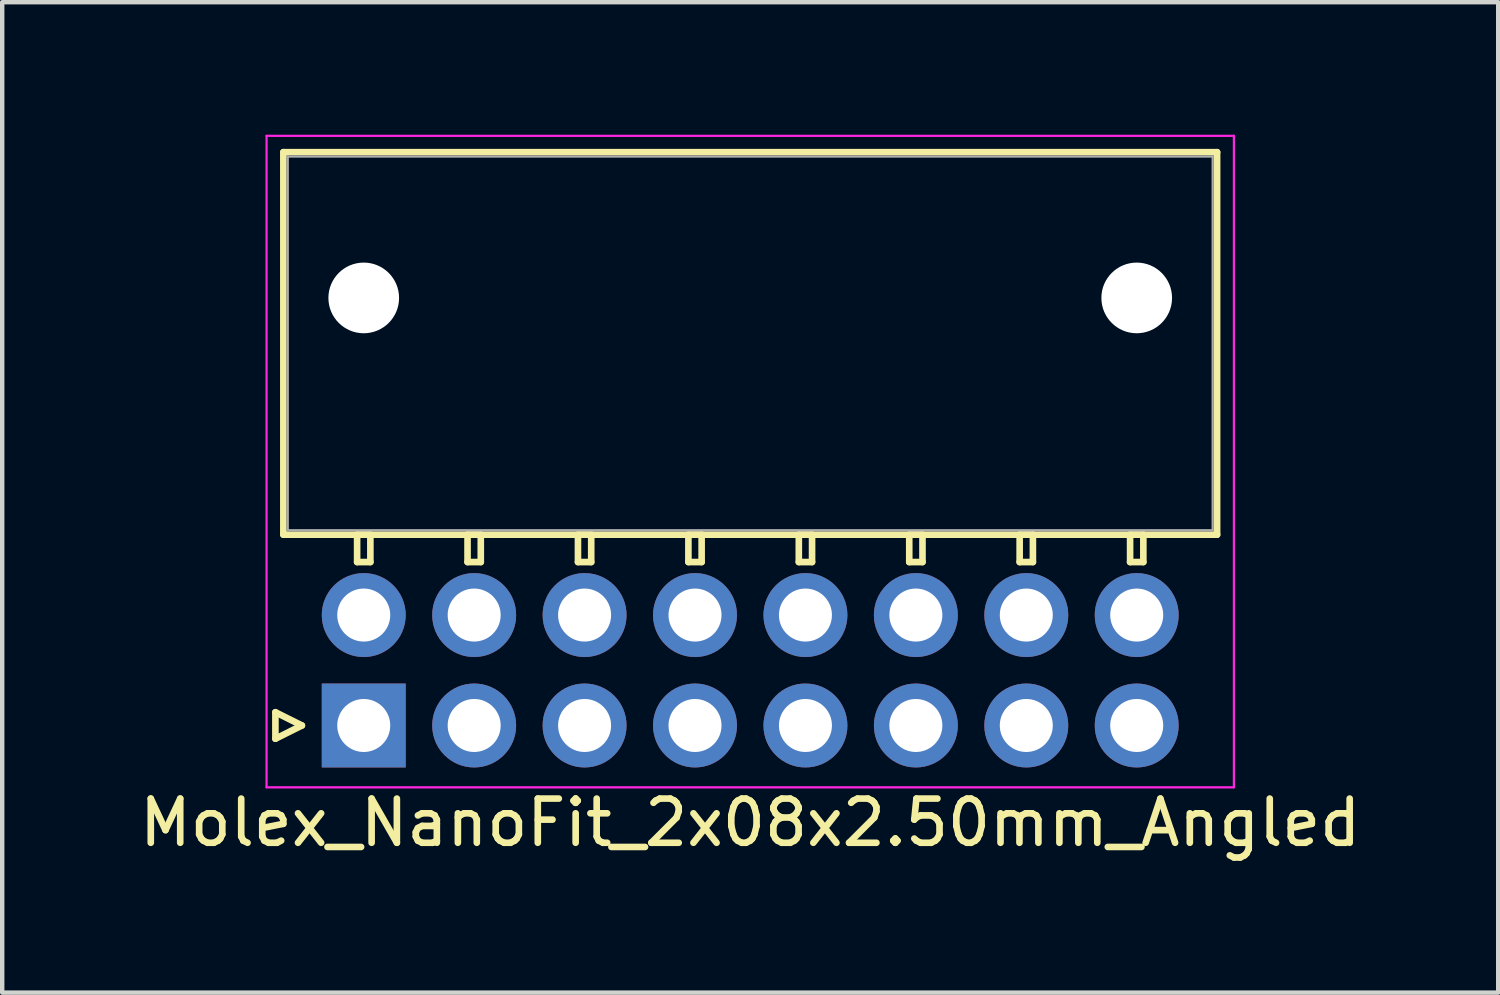
<source format=kicad_pcb>
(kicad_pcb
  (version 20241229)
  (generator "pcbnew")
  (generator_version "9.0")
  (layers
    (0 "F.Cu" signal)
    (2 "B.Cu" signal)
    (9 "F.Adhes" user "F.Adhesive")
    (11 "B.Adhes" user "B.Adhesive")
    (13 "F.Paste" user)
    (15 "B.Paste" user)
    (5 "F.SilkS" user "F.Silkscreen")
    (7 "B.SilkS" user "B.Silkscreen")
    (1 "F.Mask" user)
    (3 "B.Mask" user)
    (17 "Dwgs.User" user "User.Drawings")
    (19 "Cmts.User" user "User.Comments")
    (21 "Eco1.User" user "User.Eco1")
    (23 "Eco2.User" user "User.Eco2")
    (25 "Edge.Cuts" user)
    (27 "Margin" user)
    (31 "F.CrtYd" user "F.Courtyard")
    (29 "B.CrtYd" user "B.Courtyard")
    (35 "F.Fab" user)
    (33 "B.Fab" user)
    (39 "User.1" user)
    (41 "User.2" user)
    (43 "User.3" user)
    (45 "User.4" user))
  (footprint "Molex_NanoFit_2x08x2.50mm_Angled"
    (layer "F.Cu")
    (at 5.185 13.375)
    (property "Reference" "Molex_NanoFit_2x08x2.50mm_Angled" (at 8.75 2.2 0) (layer "F.SilkS") (effects (font (size 1 1) (thickness 0.15))))
    (attr through_hole)
    (fp_line (start -2 -0.3) (end -1.4 0) (stroke (width 0.15) (type solid)) (layer "F.SilkS"))
    (fp_line (start -2 0.3) (end -2 -0.3) (stroke (width 0.15) (type solid)) (layer "F.SilkS"))
    (fp_line (start -1.82 -12.98) (end -1.82 -4.32) (stroke (width 0.15) (type solid)) (layer "F.SilkS"))
    (fp_line (start -1.82 -4.32) (end 19.32 -4.32) (stroke (width 0.15) (type solid)) (layer "F.SilkS"))
    (fp_line (start -1.4 0) (end -2 0.3) (stroke (width 0.15) (type solid)) (layer "F.SilkS"))
    (fp_line (start -0.15 -4.32) (end -0.15 -3.7) (stroke (width 0.15) (type solid)) (layer "F.SilkS"))
    (fp_line (start -0.15 -3.7) (end 0.15 -3.7) (stroke (width 0.15) (type solid)) (layer "F.SilkS"))
    (fp_line (start 0.15 -4.32) (end -0.15 -4.32) (stroke (width 0.15) (type solid)) (layer "F.SilkS"))
    (fp_line (start 0.15 -3.7) (end 0.15 -4.32) (stroke (width 0.15) (type solid)) (layer "F.SilkS"))
    (fp_line (start 2.35 -4.32) (end 2.35 -3.7) (stroke (width 0.15) (type solid)) (layer "F.SilkS"))
    (fp_line (start 2.35 -3.7) (end 2.65 -3.7) (stroke (width 0.15) (type solid)) (layer "F.SilkS"))
    (fp_line (start 2.65 -4.32) (end 2.35 -4.32) (stroke (width 0.15) (type solid)) (layer "F.SilkS"))
    (fp_line (start 2.65 -3.7) (end 2.65 -4.32) (stroke (width 0.15) (type solid)) (layer "F.SilkS"))
    (fp_line (start 4.85 -4.32) (end 4.85 -3.7) (stroke (width 0.15) (type solid)) (layer "F.SilkS"))
    (fp_line (start 4.85 -3.7) (end 5.15 -3.7) (stroke (width 0.15) (type solid)) (layer "F.SilkS"))
    (fp_line (start 5.15 -4.32) (end 4.85 -4.32) (stroke (width 0.15) (type solid)) (layer "F.SilkS"))
    (fp_line (start 5.15 -3.7) (end 5.15 -4.32) (stroke (width 0.15) (type solid)) (layer "F.SilkS"))
    (fp_line (start 7.35 -4.32) (end 7.35 -3.7) (stroke (width 0.15) (type solid)) (layer "F.SilkS"))
    (fp_line (start 7.35 -3.7) (end 7.65 -3.7) (stroke (width 0.15) (type solid)) (layer "F.SilkS"))
    (fp_line (start 7.65 -4.32) (end 7.35 -4.32) (stroke (width 0.15) (type solid)) (layer "F.SilkS"))
    (fp_line (start 7.65 -3.7) (end 7.65 -4.32) (stroke (width 0.15) (type solid)) (layer "F.SilkS"))
    (fp_line (start 9.85 -4.32) (end 9.85 -3.7) (stroke (width 0.15) (type solid)) (layer "F.SilkS"))
    (fp_line (start 9.85 -3.7) (end 10.15 -3.7) (stroke (width 0.15) (type solid)) (layer "F.SilkS"))
    (fp_line (start 10.15 -4.32) (end 9.85 -4.32) (stroke (width 0.15) (type solid)) (layer "F.SilkS"))
    (fp_line (start 10.15 -3.7) (end 10.15 -4.32) (stroke (width 0.15) (type solid)) (layer "F.SilkS"))
    (fp_line (start 12.35 -4.32) (end 12.35 -3.7) (stroke (width 0.15) (type solid)) (layer "F.SilkS"))
    (fp_line (start 12.35 -3.7) (end 12.65 -3.7) (stroke (width 0.15) (type solid)) (layer "F.SilkS"))
    (fp_line (start 12.65 -4.32) (end 12.35 -4.32) (stroke (width 0.15) (type solid)) (layer "F.SilkS"))
    (fp_line (start 12.65 -3.7) (end 12.65 -4.32) (stroke (width 0.15) (type solid)) (layer "F.SilkS"))
    (fp_line (start 14.85 -4.32) (end 14.85 -3.7) (stroke (width 0.15) (type solid)) (layer "F.SilkS"))
    (fp_line (start 14.85 -3.7) (end 15.15 -3.7) (stroke (width 0.15) (type solid)) (layer "F.SilkS"))
    (fp_line (start 15.15 -4.32) (end 14.85 -4.32) (stroke (width 0.15) (type solid)) (layer "F.SilkS"))
    (fp_line (start 15.15 -3.7) (end 15.15 -4.32) (stroke (width 0.15) (type solid)) (layer "F.SilkS"))
    (fp_line (start 17.35 -4.32) (end 17.35 -3.7) (stroke (width 0.15) (type solid)) (layer "F.SilkS"))
    (fp_line (start 17.35 -3.7) (end 17.65 -3.7) (stroke (width 0.15) (type solid)) (layer "F.SilkS"))
    (fp_line (start 17.65 -4.32) (end 17.35 -4.32) (stroke (width 0.15) (type solid)) (layer "F.SilkS"))
    (fp_line (start 17.65 -3.7) (end 17.65 -4.32) (stroke (width 0.15) (type solid)) (layer "F.SilkS"))
    (fp_line (start 19.32 -12.98) (end -1.82 -12.98) (stroke (width 0.15) (type solid)) (layer "F.SilkS"))
    (fp_line (start 19.32 -4.32) (end 19.32 -12.98) (stroke (width 0.15) (type solid)) (layer "F.SilkS"))
    (fp_line (start -2.2 -13.35) (end -2.2 1.4) (stroke (width 0.05) (type solid)) (layer "F.CrtYd"))
    (fp_line (start -2.2 1.4) (end 19.7 1.4) (stroke (width 0.05) (type solid)) (layer "F.CrtYd"))
    (fp_line (start 19.7 -13.35) (end -2.2 -13.35) (stroke (width 0.05) (type solid)) (layer "F.CrtYd"))
    (fp_line (start 19.7 1.4) (end 19.7 -13.35) (stroke (width 0.05) (type solid)) (layer "F.CrtYd"))
    (fp_line (start -1.72 -12.88) (end -1.72 -4.42) (stroke (width 0.05) (type solid)) (layer "F.Fab"))
    (fp_line (start -1.72 -4.42) (end 19.22 -4.42) (stroke (width 0.05) (type solid)) (layer "F.Fab"))
    (fp_line (start 19.22 -12.88) (end -1.72 -12.88) (stroke (width 0.05) (type solid)) (layer "F.Fab"))
    (fp_line (start 19.22 -4.42) (end 19.22 -12.88) (stroke (width 0.05) (type solid)) (layer "F.Fab"))
    (pad "" np_thru_hole circle (at 0 -9.68) (size 1.6 1.6) (drill 1.6) (layers "*.Cu"))
    (pad "" np_thru_hole circle (at 17.5 -9.68) (size 1.6 1.6) (drill 1.6) (layers "*.Cu"))
    (pad "1" thru_hole rect (at 0 0) (size 1.9 1.9) (drill 1.2) (layers "*.Cu" "*.Mask"))
    (pad "2" thru_hole circle (at 2.5 0) (size 1.9 1.9) (drill 1.2) (layers "*.Cu" "*.Mask"))
    (pad "3" thru_hole circle (at 5 0) (size 1.9 1.9) (drill 1.2) (layers "*.Cu" "*.Mask"))
    (pad "4" thru_hole circle (at 7.5 0) (size 1.9 1.9) (drill 1.2) (layers "*.Cu" "*.Mask"))
    (pad "5" thru_hole circle (at 10 0) (size 1.9 1.9) (drill 1.2) (layers "*.Cu" "*.Mask"))
    (pad "6" thru_hole circle (at 12.5 0) (size 1.9 1.9) (drill 1.2) (layers "*.Cu" "*.Mask"))
    (pad "7" thru_hole circle (at 15 0) (size 1.9 1.9) (drill 1.2) (layers "*.Cu" "*.Mask"))
    (pad "8" thru_hole circle (at 17.5 0) (size 1.9 1.9) (drill 1.2) (layers "*.Cu" "*.Mask"))
    (pad "9" thru_hole circle (at 0 -2.5) (size 1.9 1.9) (drill 1.2) (layers "*.Cu" "*.Mask"))
    (pad "10" thru_hole circle (at 2.5 -2.5) (size 1.9 1.9) (drill 1.2) (layers "*.Cu" "*.Mask"))
    (pad "11" thru_hole circle (at 5 -2.5) (size 1.9 1.9) (drill 1.2) (layers "*.Cu" "*.Mask"))
    (pad "12" thru_hole circle (at 7.5 -2.5) (size 1.9 1.9) (drill 1.2) (layers "*.Cu" "*.Mask"))
    (pad "13" thru_hole circle (at 10 -2.5) (size 1.9 1.9) (drill 1.2) (layers "*.Cu" "*.Mask"))
    (pad "14" thru_hole circle (at 12.5 -2.5) (size 1.9 1.9) (drill 1.2) (layers "*.Cu" "*.Mask"))
    (pad "15" thru_hole circle (at 15 -2.5) (size 1.9 1.9) (drill 1.2) (layers "*.Cu" "*.Mask"))
    (pad "16" thru_hole circle (at 17.5 -2.5) (size 1.9 1.9) (drill 1.2) (layers "*.Cu" "*.Mask")))
  (gr_rect
    (start -3 -3)
    (end 30.869 19.423)
    (stroke (width 0.1) (type default))
    (fill no)
    (layer "Edge.Cuts")))
</source>
